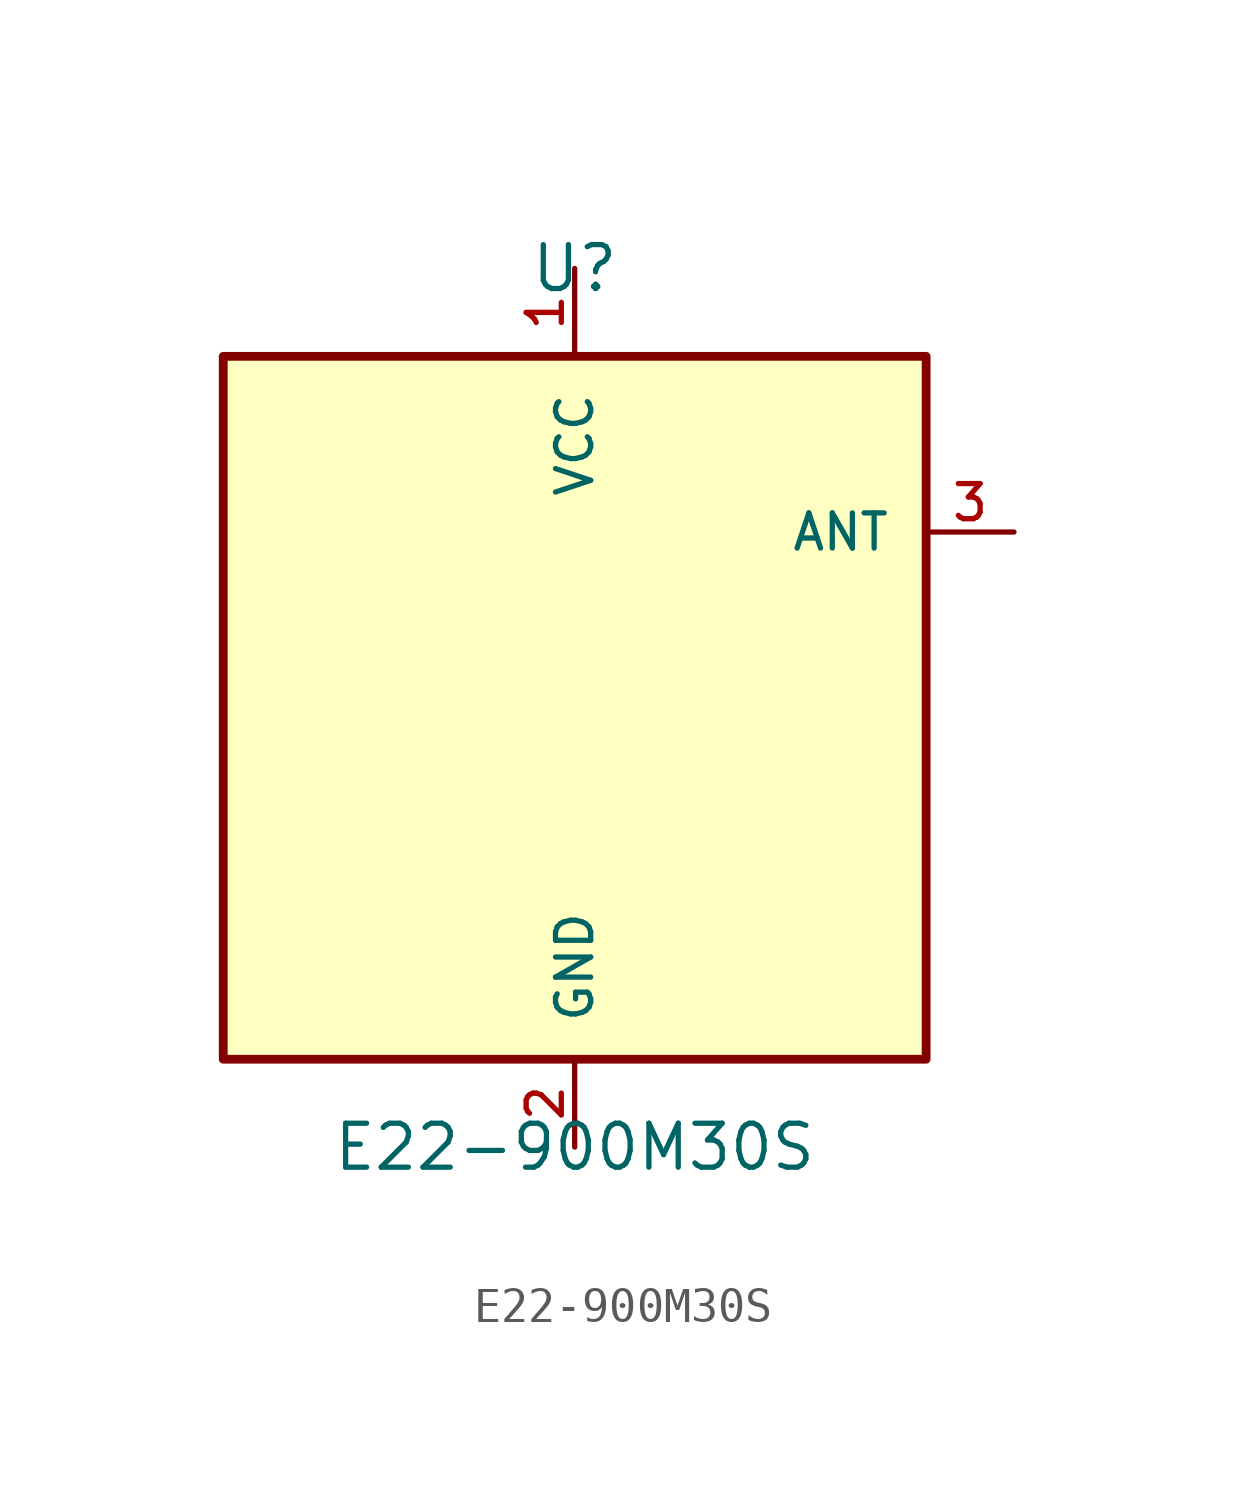
<source format=kicad_sym>
(kicad_symbol_lib
  (version 20231120)
  (generator kicad_generator.py)
  (symbol "E22-900M30S"
    (pin_names
      (offset 1.016))
    (property "Reference" "U"
      (at 0 12.7 0)
      (effects (font (size 1.27 1.27))))
    (property "Value" "E22-900M30S"
      (at 0 -12.7 0)
      (effects (font (size 1.27 1.27))))
    (symbol "E22-900M30S_0_1"
      (rectangle (start -10.16 10.16) (end 10.16 -10.16) (stroke (width 0.254) (type default)) (fill (type background))))
    (symbol "E22-900M30S_1_1"
      (pin power_in line (at 0 12.7 270) (length 2.54) (name "VCC" (effects (font (size 1.016 1.016)))) (number "1" (effects (font (size 1.016 1.016)))))
      (pin power_in line (at 0 -12.7 90) (length 2.54) (name "GND" (effects (font (size 1.016 1.016)))) (number "2" (effects (font (size 1.016 1.016)))))
      (pin output line (at 12.7 5.08 180) (length 2.54) (name "ANT" (effects (font (size 1.016 1.016)))) (number "3" (effects (font (size 1.016 1.016))))))))
</source>
